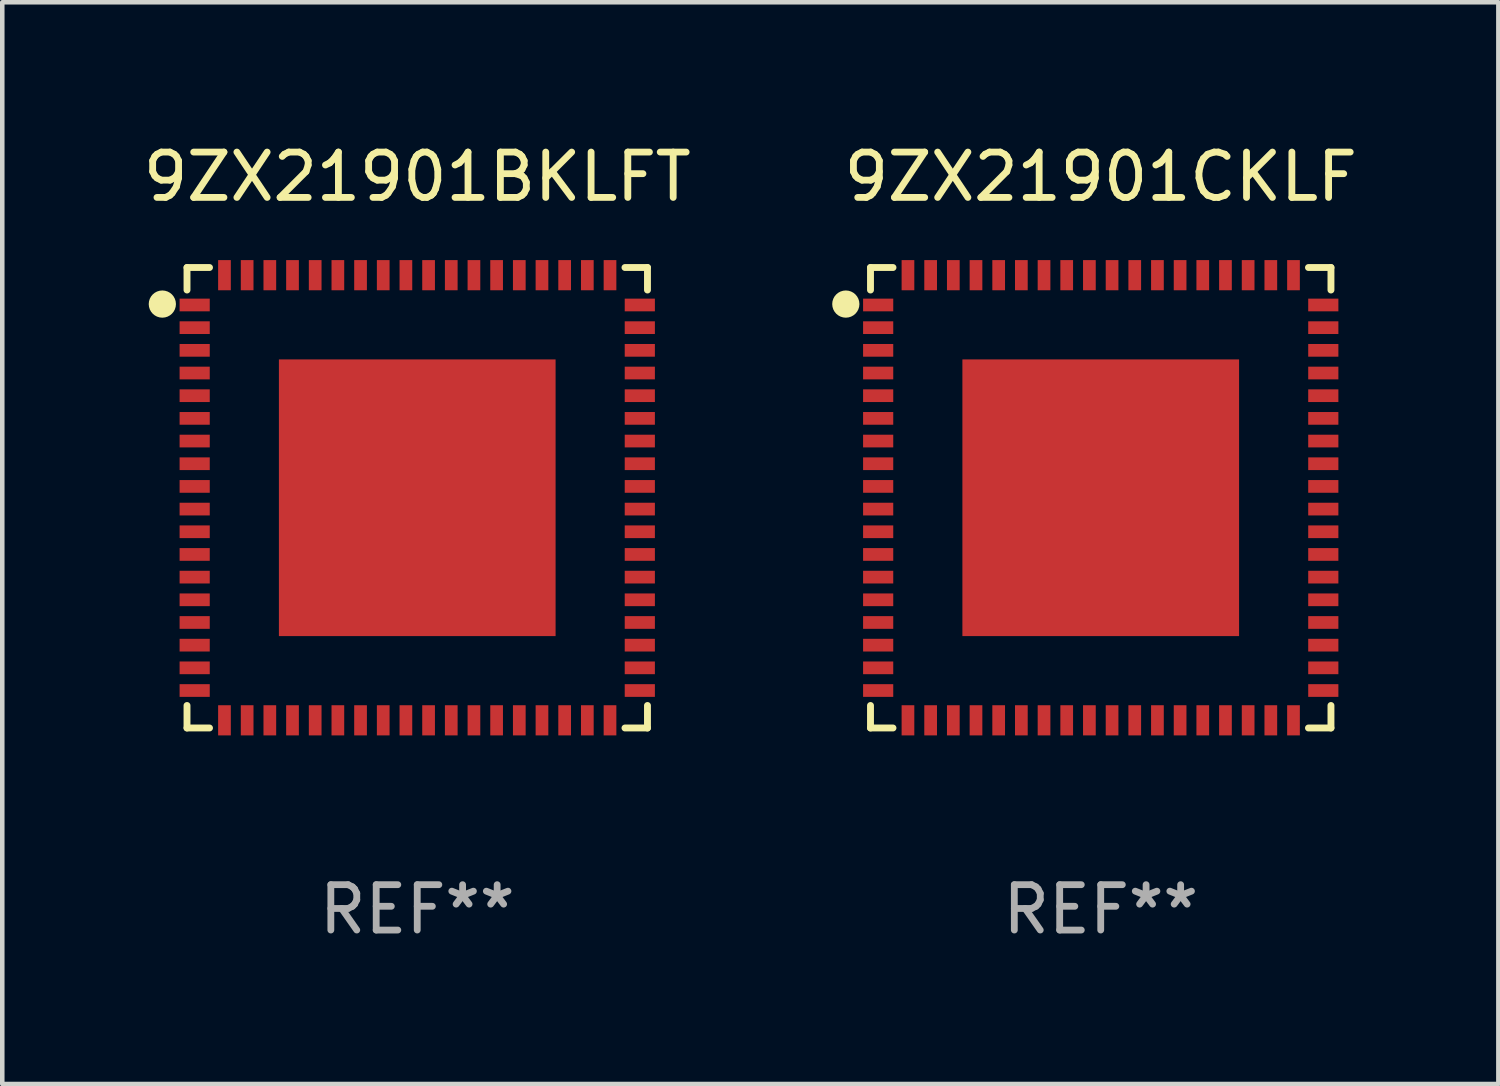
<source format=kicad_pcb>
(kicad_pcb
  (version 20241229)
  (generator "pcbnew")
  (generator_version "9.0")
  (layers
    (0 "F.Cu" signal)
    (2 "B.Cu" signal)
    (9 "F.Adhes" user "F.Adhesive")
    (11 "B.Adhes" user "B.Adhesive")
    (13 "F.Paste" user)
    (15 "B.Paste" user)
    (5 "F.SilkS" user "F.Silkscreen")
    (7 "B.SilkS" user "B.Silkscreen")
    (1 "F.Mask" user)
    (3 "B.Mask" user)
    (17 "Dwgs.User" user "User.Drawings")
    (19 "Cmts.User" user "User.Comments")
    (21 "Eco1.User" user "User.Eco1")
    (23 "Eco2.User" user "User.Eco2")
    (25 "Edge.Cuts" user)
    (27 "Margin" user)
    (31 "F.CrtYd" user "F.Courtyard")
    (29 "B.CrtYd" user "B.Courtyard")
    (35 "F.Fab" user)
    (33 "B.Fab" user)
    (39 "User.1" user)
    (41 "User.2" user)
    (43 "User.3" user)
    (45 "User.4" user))
  (footprint "9ZX21901CKLF"
    (layer "F.Cu")
    (at 21.218 7.924)
    (property "Reference" "9ZX21901CKLF" (at 0 -7.076 0) (layer "F.SilkS") (effects (font (size 1 1) (thickness 0.15))))
    (attr through_hole)
    (fp_line (start -5.076 -5.076) (end -5.076 -4.58) (stroke (width 0.152) (type solid)) (layer "F.SilkS"))
    (fp_line (start -5.076 5.076) (end -5.076 4.58) (stroke (width 0.152) (type solid)) (layer "F.SilkS"))
    (fp_line (start -4.58 -5.076) (end -5.076 -5.076) (stroke (width 0.152) (type solid)) (layer "F.SilkS"))
    (fp_line (start -4.58 5.076) (end -5.076 5.076) (stroke (width 0.152) (type solid)) (layer "F.SilkS"))
    (fp_line (start 4.58 -5.076) (end 5.076 -5.076) (stroke (width 0.152) (type solid)) (layer "F.SilkS"))
    (fp_line (start 4.58 5.076) (end 5.076 5.076) (stroke (width 0.152) (type solid)) (layer "F.SilkS"))
    (fp_line (start 5.076 -5.076) (end 5.076 -4.58) (stroke (width 0.152) (type solid)) (layer "F.SilkS"))
    (fp_line (start 5.076 5.076) (end 5.076 4.58) (stroke (width 0.152) (type solid)) (layer "F.SilkS"))
    (fp_circle (center -5.62 -4.27) (end -5.47 -4.27) (stroke (width 0.3) (type solid)) (fill no) (layer "F.SilkS"))
    (fp_text user "REF**" (at 0 9.076 0) (layer "F.Fab") (effects (font (size 1 1) (thickness 0.15))))
    (pad "1" smd rect (at -4.907 -4.25 270) (size 0.28 0.665) (layers "F.Cu" "F.Mask" "F.Paste"))
    (pad "2" smd rect (at -4.907 -3.75 270) (size 0.28 0.665) (layers "F.Cu" "F.Mask" "F.Paste"))
    (pad "3" smd rect (at -4.907 -3.25 270) (size 0.28 0.665) (layers "F.Cu" "F.Mask" "F.Paste"))
    (pad "4" smd rect (at -4.907 -2.75 270) (size 0.28 0.665) (layers "F.Cu" "F.Mask" "F.Paste"))
    (pad "5" smd rect (at -4.907 -2.25 270) (size 0.28 0.665) (layers "F.Cu" "F.Mask" "F.Paste"))
    (pad "6" smd rect (at -4.907 -1.75 270) (size 0.28 0.665) (layers "F.Cu" "F.Mask" "F.Paste"))
    (pad "7" smd rect (at -4.907 -1.25 270) (size 0.28 0.665) (layers "F.Cu" "F.Mask" "F.Paste"))
    (pad "8" smd rect (at -4.907 -0.75 270) (size 0.28 0.665) (layers "F.Cu" "F.Mask" "F.Paste"))
    (pad "9" smd rect (at -4.907 -0.25 270) (size 0.28 0.665) (layers "F.Cu" "F.Mask" "F.Paste"))
    (pad "10" smd rect (at -4.907 0.25 270) (size 0.28 0.665) (layers "F.Cu" "F.Mask" "F.Paste"))
    (pad "11" smd rect (at -4.907 0.75 270) (size 0.28 0.665) (layers "F.Cu" "F.Mask" "F.Paste"))
    (pad "12" smd rect (at -4.907 1.25 270) (size 0.28 0.665) (layers "F.Cu" "F.Mask" "F.Paste"))
    (pad "13" smd rect (at -4.907 1.75 270) (size 0.28 0.665) (layers "F.Cu" "F.Mask" "F.Paste"))
    (pad "14" smd rect (at -4.907 2.25 270) (size 0.28 0.665) (layers "F.Cu" "F.Mask" "F.Paste"))
    (pad "15" smd rect (at -4.907 2.75 270) (size 0.28 0.665) (layers "F.Cu" "F.Mask" "F.Paste"))
    (pad "16" smd rect (at -4.907 3.25 270) (size 0.28 0.665) (layers "F.Cu" "F.Mask" "F.Paste"))
    (pad "17" smd rect (at -4.907 3.75 270) (size 0.28 0.665) (layers "F.Cu" "F.Mask" "F.Paste"))
    (pad "18" smd rect (at -4.907 4.25 270) (size 0.28 0.665) (layers "F.Cu" "F.Mask" "F.Paste"))
    (pad "19" smd rect (at -4.25 4.907 270) (size 0.665 0.28) (layers "F.Cu" "F.Mask" "F.Paste"))
    (pad "20" smd rect (at -3.75 4.907 270) (size 0.665 0.28) (layers "F.Cu" "F.Mask" "F.Paste"))
    (pad "21" smd rect (at -3.25 4.907 270) (size 0.665 0.28) (layers "F.Cu" "F.Mask" "F.Paste"))
    (pad "22" smd rect (at -2.75 4.907 270) (size 0.665 0.28) (layers "F.Cu" "F.Mask" "F.Paste"))
    (pad "23" smd rect (at -2.25 4.907 270) (size 0.665 0.28) (layers "F.Cu" "F.Mask" "F.Paste"))
    (pad "24" smd rect (at -1.75 4.907 270) (size 0.665 0.28) (layers "F.Cu" "F.Mask" "F.Paste"))
    (pad "25" smd rect (at -1.25 4.907 270) (size 0.665 0.28) (layers "F.Cu" "F.Mask" "F.Paste"))
    (pad "26" smd rect (at -0.75 4.907 270) (size 0.665 0.28) (layers "F.Cu" "F.Mask" "F.Paste"))
    (pad "27" smd rect (at -0.25 4.907 270) (size 0.665 0.28) (layers "F.Cu" "F.Mask" "F.Paste"))
    (pad "28" smd rect (at 0.25 4.907 270) (size 0.665 0.28) (layers "F.Cu" "F.Mask" "F.Paste"))
    (pad "29" smd rect (at 0.75 4.907 270) (size 0.665 0.28) (layers "F.Cu" "F.Mask" "F.Paste"))
    (pad "30" smd rect (at 1.25 4.907 270) (size 0.665 0.28) (layers "F.Cu" "F.Mask" "F.Paste"))
    (pad "31" smd rect (at 1.75 4.907 270) (size 0.665 0.28) (layers "F.Cu" "F.Mask" "F.Paste"))
    (pad "32" smd rect (at 2.25 4.907 270) (size 0.665 0.28) (layers "F.Cu" "F.Mask" "F.Paste"))
    (pad "33" smd rect (at 2.75 4.907 270) (size 0.665 0.28) (layers "F.Cu" "F.Mask" "F.Paste"))
    (pad "34" smd rect (at 3.25 4.907 270) (size 0.665 0.28) (layers "F.Cu" "F.Mask" "F.Paste"))
    (pad "35" smd rect (at 3.75 4.907 270) (size 0.665 0.28) (layers "F.Cu" "F.Mask" "F.Paste"))
    (pad "36" smd rect (at 4.25 4.907 270) (size 0.665 0.28) (layers "F.Cu" "F.Mask" "F.Paste"))
    (pad "37" smd rect (at 4.907 4.25 270) (size 0.28 0.665) (layers "F.Cu" "F.Mask" "F.Paste"))
    (pad "38" smd rect (at 4.907 3.75 270) (size 0.28 0.665) (layers "F.Cu" "F.Mask" "F.Paste"))
    (pad "39" smd rect (at 4.907 3.25 270) (size 0.28 0.665) (layers "F.Cu" "F.Mask" "F.Paste"))
    (pad "40" smd rect (at 4.907 2.75 270) (size 0.28 0.665) (layers "F.Cu" "F.Mask" "F.Paste"))
    (pad "41" smd rect (at 4.907 2.25 270) (size 0.28 0.665) (layers "F.Cu" "F.Mask" "F.Paste"))
    (pad "42" smd rect (at 4.907 1.75 270) (size 0.28 0.665) (layers "F.Cu" "F.Mask" "F.Paste"))
    (pad "43" smd rect (at 4.907 1.25 270) (size 0.28 0.665) (layers "F.Cu" "F.Mask" "F.Paste"))
    (pad "44" smd rect (at 4.907 0.75 270) (size 0.28 0.665) (layers "F.Cu" "F.Mask" "F.Paste"))
    (pad "45" smd rect (at 4.907 0.25 270) (size 0.28 0.665) (layers "F.Cu" "F.Mask" "F.Paste"))
    (pad "46" smd rect (at 4.907 -0.25 270) (size 0.28 0.665) (layers "F.Cu" "F.Mask" "F.Paste"))
    (pad "47" smd rect (at 4.907 -0.75 270) (size 0.28 0.665) (layers "F.Cu" "F.Mask" "F.Paste"))
    (pad "48" smd rect (at 4.907 -1.25 270) (size 0.28 0.665) (layers "F.Cu" "F.Mask" "F.Paste"))
    (pad "49" smd rect (at 4.907 -1.75 270) (size 0.28 0.665) (layers "F.Cu" "F.Mask" "F.Paste"))
    (pad "50" smd rect (at 4.907 -2.25 270) (size 0.28 0.665) (layers "F.Cu" "F.Mask" "F.Paste"))
    (pad "51" smd rect (at 4.907 -2.75 270) (size 0.28 0.665) (layers "F.Cu" "F.Mask" "F.Paste"))
    (pad "52" smd rect (at 4.907 -3.25 270) (size 0.28 0.665) (layers "F.Cu" "F.Mask" "F.Paste"))
    (pad "53" smd rect (at 4.907 -3.75 270) (size 0.28 0.665) (layers "F.Cu" "F.Mask" "F.Paste"))
    (pad "54" smd rect (at 4.907 -4.25 270) (size 0.28 0.665) (layers "F.Cu" "F.Mask" "F.Paste"))
    (pad "55" smd rect (at 4.25 -4.907 270) (size 0.665 0.28) (layers "F.Cu" "F.Mask" "F.Paste"))
    (pad "56" smd rect (at 3.75 -4.907 270) (size 0.665 0.28) (layers "F.Cu" "F.Mask" "F.Paste"))
    (pad "57" smd rect (at 3.25 -4.907 270) (size 0.665 0.28) (layers "F.Cu" "F.Mask" "F.Paste"))
    (pad "58" smd rect (at 2.75 -4.907 270) (size 0.665 0.28) (layers "F.Cu" "F.Mask" "F.Paste"))
    (pad "59" smd rect (at 2.25 -4.907 270) (size 0.665 0.28) (layers "F.Cu" "F.Mask" "F.Paste"))
    (pad "60" smd rect (at 1.75 -4.907 270) (size 0.665 0.28) (layers "F.Cu" "F.Mask" "F.Paste"))
    (pad "61" smd rect (at 1.25 -4.907 270) (size 0.665 0.28) (layers "F.Cu" "F.Mask" "F.Paste"))
    (pad "62" smd rect (at 0.75 -4.907 270) (size 0.665 0.28) (layers "F.Cu" "F.Mask" "F.Paste"))
    (pad "63" smd rect (at 0.25 -4.907 270) (size 0.665 0.28) (layers "F.Cu" "F.Mask" "F.Paste"))
    (pad "64" smd rect (at -0.25 -4.907 270) (size 0.665 0.28) (layers "F.Cu" "F.Mask" "F.Paste"))
    (pad "65" smd rect (at -0.75 -4.907 270) (size 0.665 0.28) (layers "F.Cu" "F.Mask" "F.Paste"))
    (pad "66" smd rect (at -1.25 -4.907 270) (size 0.665 0.28) (layers "F.Cu" "F.Mask" "F.Paste"))
    (pad "67" smd rect (at -1.75 -4.907 270) (size 0.665 0.28) (layers "F.Cu" "F.Mask" "F.Paste"))
    (pad "68" smd rect (at -2.25 -4.907 270) (size 0.665 0.28) (layers "F.Cu" "F.Mask" "F.Paste"))
    (pad "69" smd rect (at -2.75 -4.907 270) (size 0.665 0.28) (layers "F.Cu" "F.Mask" "F.Paste"))
    (pad "70" smd rect (at -3.25 -4.907 270) (size 0.665 0.28) (layers "F.Cu" "F.Mask" "F.Paste"))
    (pad "71" smd rect (at -3.75 -4.907 270) (size 0.665 0.28) (layers "F.Cu" "F.Mask" "F.Paste"))
    (pad "72" smd rect (at -4.25 -4.907 270) (size 0.665 0.28) (layers "F.Cu" "F.Mask" "F.Paste"))
    (pad "73" smd rect (at 0.000127 0.000127 270) (size 6.1 6.1) (layers "F.Cu" "F.Mask" "F.Paste")))
  (footprint "9ZX21901BKLFT"
    (layer "F.Cu")
    (at 6.149 7.924)
    (property "Reference" "9ZX21901BKLFT" (at 0 -7.076 0) (layer "F.SilkS") (effects (font (size 1 1) (thickness 0.15))))
    (attr through_hole)
    (fp_line (start -5.076 -5.076) (end -5.076 -4.58) (stroke (width 0.152) (type solid)) (layer "F.SilkS"))
    (fp_line (start -5.076 5.076) (end -5.076 4.58) (stroke (width 0.152) (type solid)) (layer "F.SilkS"))
    (fp_line (start -4.58 -5.076) (end -5.076 -5.076) (stroke (width 0.152) (type solid)) (layer "F.SilkS"))
    (fp_line (start -4.58 5.076) (end -5.076 5.076) (stroke (width 0.152) (type solid)) (layer "F.SilkS"))
    (fp_line (start 4.58 -5.076) (end 5.076 -5.076) (stroke (width 0.152) (type solid)) (layer "F.SilkS"))
    (fp_line (start 4.58 5.076) (end 5.076 5.076) (stroke (width 0.152) (type solid)) (layer "F.SilkS"))
    (fp_line (start 5.076 -5.076) (end 5.076 -4.58) (stroke (width 0.152) (type solid)) (layer "F.SilkS"))
    (fp_line (start 5.076 5.076) (end 5.076 4.58) (stroke (width 0.152) (type solid)) (layer "F.SilkS"))
    (fp_circle (center -5.62 -4.27) (end -5.47 -4.27) (stroke (width 0.3) (type solid)) (fill no) (layer "F.SilkS"))
    (fp_text user "REF**" (at 0 9.076 0) (layer "F.Fab") (effects (font (size 1 1) (thickness 0.15))))
    (pad "1" smd rect (at -4.907 -4.25 270) (size 0.28 0.665) (layers "F.Cu" "F.Mask" "F.Paste"))
    (pad "2" smd rect (at -4.907 -3.75 270) (size 0.28 0.665) (layers "F.Cu" "F.Mask" "F.Paste"))
    (pad "3" smd rect (at -4.907 -3.25 270) (size 0.28 0.665) (layers "F.Cu" "F.Mask" "F.Paste"))
    (pad "4" smd rect (at -4.907 -2.75 270) (size 0.28 0.665) (layers "F.Cu" "F.Mask" "F.Paste"))
    (pad "5" smd rect (at -4.907 -2.25 270) (size 0.28 0.665) (layers "F.Cu" "F.Mask" "F.Paste"))
    (pad "6" smd rect (at -4.907 -1.75 270) (size 0.28 0.665) (layers "F.Cu" "F.Mask" "F.Paste"))
    (pad "7" smd rect (at -4.907 -1.25 270) (size 0.28 0.665) (layers "F.Cu" "F.Mask" "F.Paste"))
    (pad "8" smd rect (at -4.907 -0.75 270) (size 0.28 0.665) (layers "F.Cu" "F.Mask" "F.Paste"))
    (pad "9" smd rect (at -4.907 -0.25 270) (size 0.28 0.665) (layers "F.Cu" "F.Mask" "F.Paste"))
    (pad "10" smd rect (at -4.907 0.25 270) (size 0.28 0.665) (layers "F.Cu" "F.Mask" "F.Paste"))
    (pad "11" smd rect (at -4.907 0.75 270) (size 0.28 0.665) (layers "F.Cu" "F.Mask" "F.Paste"))
    (pad "12" smd rect (at -4.907 1.25 270) (size 0.28 0.665) (layers "F.Cu" "F.Mask" "F.Paste"))
    (pad "13" smd rect (at -4.907 1.75 270) (size 0.28 0.665) (layers "F.Cu" "F.Mask" "F.Paste"))
    (pad "14" smd rect (at -4.907 2.25 270) (size 0.28 0.665) (layers "F.Cu" "F.Mask" "F.Paste"))
    (pad "15" smd rect (at -4.907 2.75 270) (size 0.28 0.665) (layers "F.Cu" "F.Mask" "F.Paste"))
    (pad "16" smd rect (at -4.907 3.25 270) (size 0.28 0.665) (layers "F.Cu" "F.Mask" "F.Paste"))
    (pad "17" smd rect (at -4.907 3.75 270) (size 0.28 0.665) (layers "F.Cu" "F.Mask" "F.Paste"))
    (pad "18" smd rect (at -4.907 4.25 270) (size 0.28 0.665) (layers "F.Cu" "F.Mask" "F.Paste"))
    (pad "19" smd rect (at -4.25 4.907 270) (size 0.665 0.28) (layers "F.Cu" "F.Mask" "F.Paste"))
    (pad "20" smd rect (at -3.75 4.907 270) (size 0.665 0.28) (layers "F.Cu" "F.Mask" "F.Paste"))
    (pad "21" smd rect (at -3.25 4.907 270) (size 0.665 0.28) (layers "F.Cu" "F.Mask" "F.Paste"))
    (pad "22" smd rect (at -2.75 4.907 270) (size 0.665 0.28) (layers "F.Cu" "F.Mask" "F.Paste"))
    (pad "23" smd rect (at -2.25 4.907 270) (size 0.665 0.28) (layers "F.Cu" "F.Mask" "F.Paste"))
    (pad "24" smd rect (at -1.75 4.907 270) (size 0.665 0.28) (layers "F.Cu" "F.Mask" "F.Paste"))
    (pad "25" smd rect (at -1.25 4.907 270) (size 0.665 0.28) (layers "F.Cu" "F.Mask" "F.Paste"))
    (pad "26" smd rect (at -0.75 4.907 270) (size 0.665 0.28) (layers "F.Cu" "F.Mask" "F.Paste"))
    (pad "27" smd rect (at -0.25 4.907 270) (size 0.665 0.28) (layers "F.Cu" "F.Mask" "F.Paste"))
    (pad "28" smd rect (at 0.25 4.907 270) (size 0.665 0.28) (layers "F.Cu" "F.Mask" "F.Paste"))
    (pad "29" smd rect (at 0.75 4.907 270) (size 0.665 0.28) (layers "F.Cu" "F.Mask" "F.Paste"))
    (pad "30" smd rect (at 1.25 4.907 270) (size 0.665 0.28) (layers "F.Cu" "F.Mask" "F.Paste"))
    (pad "31" smd rect (at 1.75 4.907 270) (size 0.665 0.28) (layers "F.Cu" "F.Mask" "F.Paste"))
    (pad "32" smd rect (at 2.25 4.907 270) (size 0.665 0.28) (layers "F.Cu" "F.Mask" "F.Paste"))
    (pad "33" smd rect (at 2.75 4.907 270) (size 0.665 0.28) (layers "F.Cu" "F.Mask" "F.Paste"))
    (pad "34" smd rect (at 3.25 4.907 270) (size 0.665 0.28) (layers "F.Cu" "F.Mask" "F.Paste"))
    (pad "35" smd rect (at 3.75 4.907 270) (size 0.665 0.28) (layers "F.Cu" "F.Mask" "F.Paste"))
    (pad "36" smd rect (at 4.25 4.907 270) (size 0.665 0.28) (layers "F.Cu" "F.Mask" "F.Paste"))
    (pad "37" smd rect (at 4.907 4.25 270) (size 0.28 0.665) (layers "F.Cu" "F.Mask" "F.Paste"))
    (pad "38" smd rect (at 4.907 3.75 270) (size 0.28 0.665) (layers "F.Cu" "F.Mask" "F.Paste"))
    (pad "39" smd rect (at 4.907 3.25 270) (size 0.28 0.665) (layers "F.Cu" "F.Mask" "F.Paste"))
    (pad "40" smd rect (at 4.907 2.75 270) (size 0.28 0.665) (layers "F.Cu" "F.Mask" "F.Paste"))
    (pad "41" smd rect (at 4.907 2.25 270) (size 0.28 0.665) (layers "F.Cu" "F.Mask" "F.Paste"))
    (pad "42" smd rect (at 4.907 1.75 270) (size 0.28 0.665) (layers "F.Cu" "F.Mask" "F.Paste"))
    (pad "43" smd rect (at 4.907 1.25 270) (size 0.28 0.665) (layers "F.Cu" "F.Mask" "F.Paste"))
    (pad "44" smd rect (at 4.907 0.75 270) (size 0.28 0.665) (layers "F.Cu" "F.Mask" "F.Paste"))
    (pad "45" smd rect (at 4.907 0.25 270) (size 0.28 0.665) (layers "F.Cu" "F.Mask" "F.Paste"))
    (pad "46" smd rect (at 4.907 -0.25 270) (size 0.28 0.665) (layers "F.Cu" "F.Mask" "F.Paste"))
    (pad "47" smd rect (at 4.907 -0.75 270) (size 0.28 0.665) (layers "F.Cu" "F.Mask" "F.Paste"))
    (pad "48" smd rect (at 4.907 -1.25 270) (size 0.28 0.665) (layers "F.Cu" "F.Mask" "F.Paste"))
    (pad "49" smd rect (at 4.907 -1.75 270) (size 0.28 0.665) (layers "F.Cu" "F.Mask" "F.Paste"))
    (pad "50" smd rect (at 4.907 -2.25 270) (size 0.28 0.665) (layers "F.Cu" "F.Mask" "F.Paste"))
    (pad "51" smd rect (at 4.907 -2.75 270) (size 0.28 0.665) (layers "F.Cu" "F.Mask" "F.Paste"))
    (pad "52" smd rect (at 4.907 -3.25 270) (size 0.28 0.665) (layers "F.Cu" "F.Mask" "F.Paste"))
    (pad "53" smd rect (at 4.907 -3.75 270) (size 0.28 0.665) (layers "F.Cu" "F.Mask" "F.Paste"))
    (pad "54" smd rect (at 4.907 -4.25 270) (size 0.28 0.665) (layers "F.Cu" "F.Mask" "F.Paste"))
    (pad "55" smd rect (at 4.25 -4.907 270) (size 0.665 0.28) (layers "F.Cu" "F.Mask" "F.Paste"))
    (pad "56" smd rect (at 3.75 -4.907 270) (size 0.665 0.28) (layers "F.Cu" "F.Mask" "F.Paste"))
    (pad "57" smd rect (at 3.25 -4.907 270) (size 0.665 0.28) (layers "F.Cu" "F.Mask" "F.Paste"))
    (pad "58" smd rect (at 2.75 -4.907 270) (size 0.665 0.28) (layers "F.Cu" "F.Mask" "F.Paste"))
    (pad "59" smd rect (at 2.25 -4.907 270) (size 0.665 0.28) (layers "F.Cu" "F.Mask" "F.Paste"))
    (pad "60" smd rect (at 1.75 -4.907 270) (size 0.665 0.28) (layers "F.Cu" "F.Mask" "F.Paste"))
    (pad "61" smd rect (at 1.25 -4.907 270) (size 0.665 0.28) (layers "F.Cu" "F.Mask" "F.Paste"))
    (pad "62" smd rect (at 0.75 -4.907 270) (size 0.665 0.28) (layers "F.Cu" "F.Mask" "F.Paste"))
    (pad "63" smd rect (at 0.25 -4.907 270) (size 0.665 0.28) (layers "F.Cu" "F.Mask" "F.Paste"))
    (pad "64" smd rect (at -0.25 -4.907 270) (size 0.665 0.28) (layers "F.Cu" "F.Mask" "F.Paste"))
    (pad "65" smd rect (at -0.75 -4.907 270) (size 0.665 0.28) (layers "F.Cu" "F.Mask" "F.Paste"))
    (pad "66" smd rect (at -1.25 -4.907 270) (size 0.665 0.28) (layers "F.Cu" "F.Mask" "F.Paste"))
    (pad "67" smd rect (at -1.75 -4.907 270) (size 0.665 0.28) (layers "F.Cu" "F.Mask" "F.Paste"))
    (pad "68" smd rect (at -2.25 -4.907 270) (size 0.665 0.28) (layers "F.Cu" "F.Mask" "F.Paste"))
    (pad "69" smd rect (at -2.75 -4.907 270) (size 0.665 0.28) (layers "F.Cu" "F.Mask" "F.Paste"))
    (pad "70" smd rect (at -3.25 -4.907 270) (size 0.665 0.28) (layers "F.Cu" "F.Mask" "F.Paste"))
    (pad "71" smd rect (at -3.75 -4.907 270) (size 0.665 0.28) (layers "F.Cu" "F.Mask" "F.Paste"))
    (pad "72" smd rect (at -4.25 -4.907 270) (size 0.665 0.28) (layers "F.Cu" "F.Mask" "F.Paste"))
    (pad "73" smd rect (at 0.000127 0.000127 270) (size 6.1 6.1) (layers "F.Cu" "F.Mask" "F.Paste")))
  (gr_rect
    (start -3 -3)
    (end 29.985 20.849)
    (stroke (width 0.1) (type default))
    (fill no)
    (layer "Edge.Cuts")))
</source>
